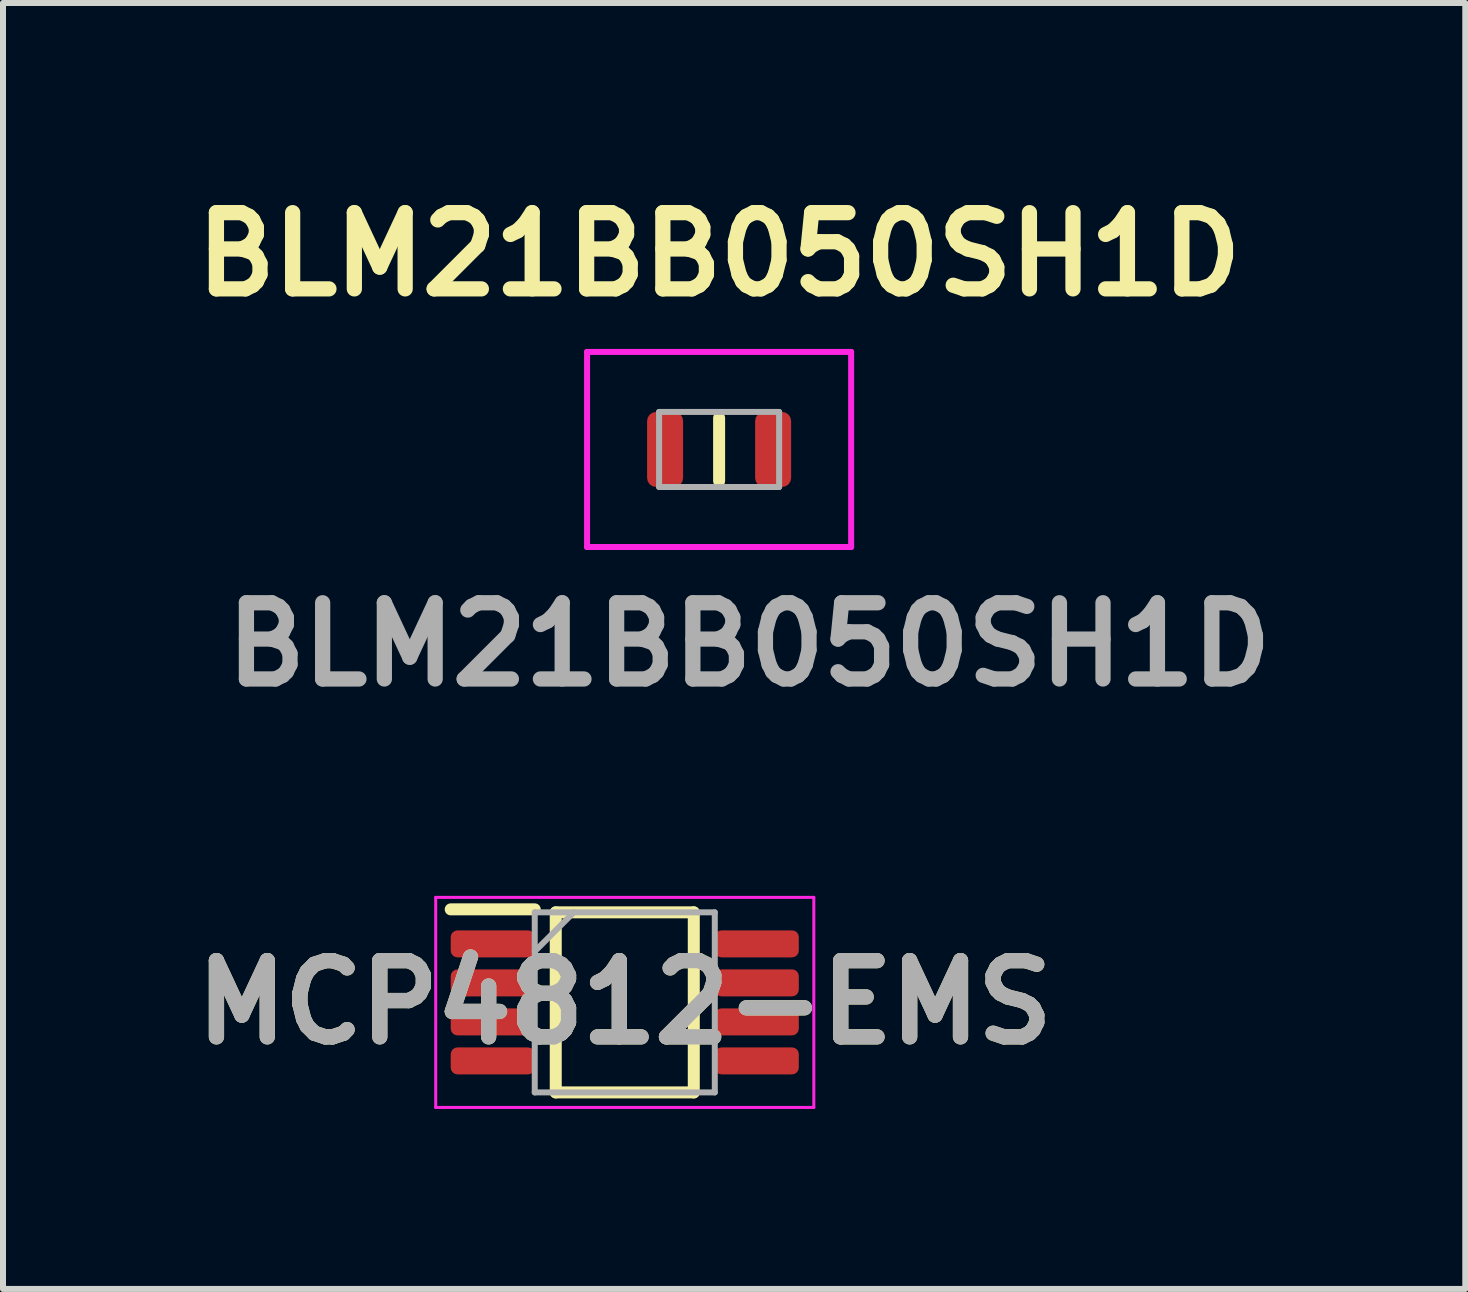
<source format=kicad_pcb>
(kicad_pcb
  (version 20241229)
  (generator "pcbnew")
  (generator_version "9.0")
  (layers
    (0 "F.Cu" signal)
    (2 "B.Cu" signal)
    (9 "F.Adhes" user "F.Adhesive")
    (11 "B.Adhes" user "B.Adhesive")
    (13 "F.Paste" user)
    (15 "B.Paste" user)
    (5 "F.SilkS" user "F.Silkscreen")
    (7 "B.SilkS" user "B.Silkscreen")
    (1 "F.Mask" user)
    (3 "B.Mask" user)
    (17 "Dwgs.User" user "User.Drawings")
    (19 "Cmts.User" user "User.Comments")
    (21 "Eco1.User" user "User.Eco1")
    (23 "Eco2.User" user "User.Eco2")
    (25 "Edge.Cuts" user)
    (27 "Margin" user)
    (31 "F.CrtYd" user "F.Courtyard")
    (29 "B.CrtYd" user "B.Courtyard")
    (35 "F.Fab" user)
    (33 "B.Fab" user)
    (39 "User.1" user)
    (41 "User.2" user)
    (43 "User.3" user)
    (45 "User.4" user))
  (footprint "MCP4812-EMS"
    (layer "F.Cu")
    (at 7.36 13.652)
    (property "Reference" "MCP4812-EMS" (at 0 0 0) (layer "F.SilkS") (effects (font (size 1.27 1.27) (thickness 0.254))))
    (attr smd)
    (fp_line (start -2.9 -1.55) (end -1.5 -1.55) (stroke (width 0.2) (type solid)) (layer "F.SilkS"))
    (fp_line (start -1.15 -1.5) (end 1.15 -1.5) (stroke (width 0.2) (type solid)) (layer "F.SilkS"))
    (fp_line (start -1.15 1.5) (end -1.15 -1.5) (stroke (width 0.2) (type solid)) (layer "F.SilkS"))
    (fp_line (start 1.15 -1.5) (end 1.15 1.5) (stroke (width 0.2) (type solid)) (layer "F.SilkS"))
    (fp_line (start 1.15 1.5) (end -1.15 1.5) (stroke (width 0.2) (type solid)) (layer "F.SilkS"))
    (fp_line (start -3.15 -1.75) (end 3.15 -1.75) (stroke (width 0.05) (type solid)) (layer "F.CrtYd"))
    (fp_line (start -3.15 1.75) (end -3.15 -1.75) (stroke (width 0.05) (type solid)) (layer "F.CrtYd"))
    (fp_line (start 3.15 -1.75) (end 3.15 1.75) (stroke (width 0.05) (type solid)) (layer "F.CrtYd"))
    (fp_line (start 3.15 1.75) (end -3.15 1.75) (stroke (width 0.05) (type solid)) (layer "F.CrtYd"))
    (fp_line (start -1.5 -1.5) (end 1.5 -1.5) (stroke (width 0.1) (type solid)) (layer "F.Fab"))
    (fp_line (start -1.5 -0.85) (end -0.85 -1.5) (stroke (width 0.1) (type solid)) (layer "F.Fab"))
    (fp_line (start -1.5 1.5) (end -1.5 -1.5) (stroke (width 0.1) (type solid)) (layer "F.Fab"))
    (fp_line (start 1.5 -1.5) (end 1.5 1.5) (stroke (width 0.1) (type solid)) (layer "F.Fab"))
    (fp_line (start 1.5 1.5) (end -1.5 1.5) (stroke (width 0.1) (type solid)) (layer "F.Fab"))
    (fp_text user "${REFERENCE}" (at 0 0 0) (layer "F.Fab") (effects (font (size 1.27 1.27) (thickness 0.254))))
    (pad "1" smd roundrect (at -2.2 -0.975 90) (size 0.45 1.4) (layers "F.Cu" "F.Mask" "F.Paste") (roundrect_rratio 0.25))
    (pad "2" smd roundrect (at -2.2 -0.325 90) (size 0.45 1.4) (layers "F.Cu" "F.Mask" "F.Paste") (roundrect_rratio 0.25))
    (pad "3" smd roundrect (at -2.2 0.325 90) (size 0.45 1.4) (layers "F.Cu" "F.Mask" "F.Paste") (roundrect_rratio 0.25))
    (pad "4" smd roundrect (at -2.2 0.975 90) (size 0.45 1.4) (layers "F.Cu" "F.Mask" "F.Paste") (roundrect_rratio 0.25))
    (pad "5" smd roundrect (at 2.2 0.975 90) (size 0.45 1.4) (layers "F.Cu" "F.Mask" "F.Paste") (roundrect_rratio 0.25))
    (pad "6" smd roundrect (at 2.2 0.325 90) (size 0.45 1.4) (layers "F.Cu" "F.Mask" "F.Paste") (roundrect_rratio 0.25))
    (pad "7" smd roundrect (at 2.2 -0.325 90) (size 0.45 1.4) (layers "F.Cu" "F.Mask" "F.Paste") (roundrect_rratio 0.25))
    (pad "8" smd roundrect (at 2.2 -0.975 90) (size 0.45 1.4) (layers "F.Cu" "F.Mask" "F.Paste") (roundrect_rratio 0.25)))
  (footprint "BLM21BB050SH1D"
    (layer "F.Cu")
    (at 8.932 4.439)
    (property "Reference" "BLM21BB050SH1D" (at 0 -3.25 0) (layer "F.SilkS") (effects (font (size 1.27 1.27) (thickness 0.254))))
    (attr smd)
    (fp_line (start 0 -0.525) (end 0 0.525) (stroke (width 0.2) (type solid)) (layer "F.SilkS"))
    (fp_line (start -2.2 -1.625) (end 2.2 -1.625) (stroke (width 0.1) (type solid)) (layer "F.CrtYd"))
    (fp_line (start -2.2 1.625) (end -2.2 -1.625) (stroke (width 0.1) (type solid)) (layer "F.CrtYd"))
    (fp_line (start 2.2 -1.625) (end 2.2 1.625) (stroke (width 0.1) (type solid)) (layer "F.CrtYd"))
    (fp_line (start 2.2 1.625) (end -2.2 1.625) (stroke (width 0.1) (type solid)) (layer "F.CrtYd"))
    (fp_line (start -1 -0.625) (end 1 -0.625) (stroke (width 0.1) (type solid)) (layer "F.Fab"))
    (fp_line (start -1 0.625) (end -1 -0.625) (stroke (width 0.1) (type solid)) (layer "F.Fab"))
    (fp_line (start 1 -0.625) (end 1 0.625) (stroke (width 0.1) (type solid)) (layer "F.Fab"))
    (fp_line (start 1 0.625) (end -1 0.625) (stroke (width 0.1) (type solid)) (layer "F.Fab"))
    (fp_text user "${REFERENCE}" (at 0.5 3.25 0) (layer "F.Fab") (effects (font (size 1.27 1.27) (thickness 0.254))))
    (pad "1" smd roundrect (at -0.9 0) (size 0.6 1.25) (layers "F.Cu" "F.Mask" "F.Paste") (roundrect_rratio 0.25))
    (pad "2" smd roundrect (at 0.9 0) (size 0.6 1.25) (layers "F.Cu" "F.Mask" "F.Paste") (roundrect_rratio 0.25)))
  (gr_rect
    (start -3 -3)
    (end 21.365 18.427)
    (stroke (width 0.1) (type default))
    (fill no)
    (layer "Edge.Cuts")))
</source>
